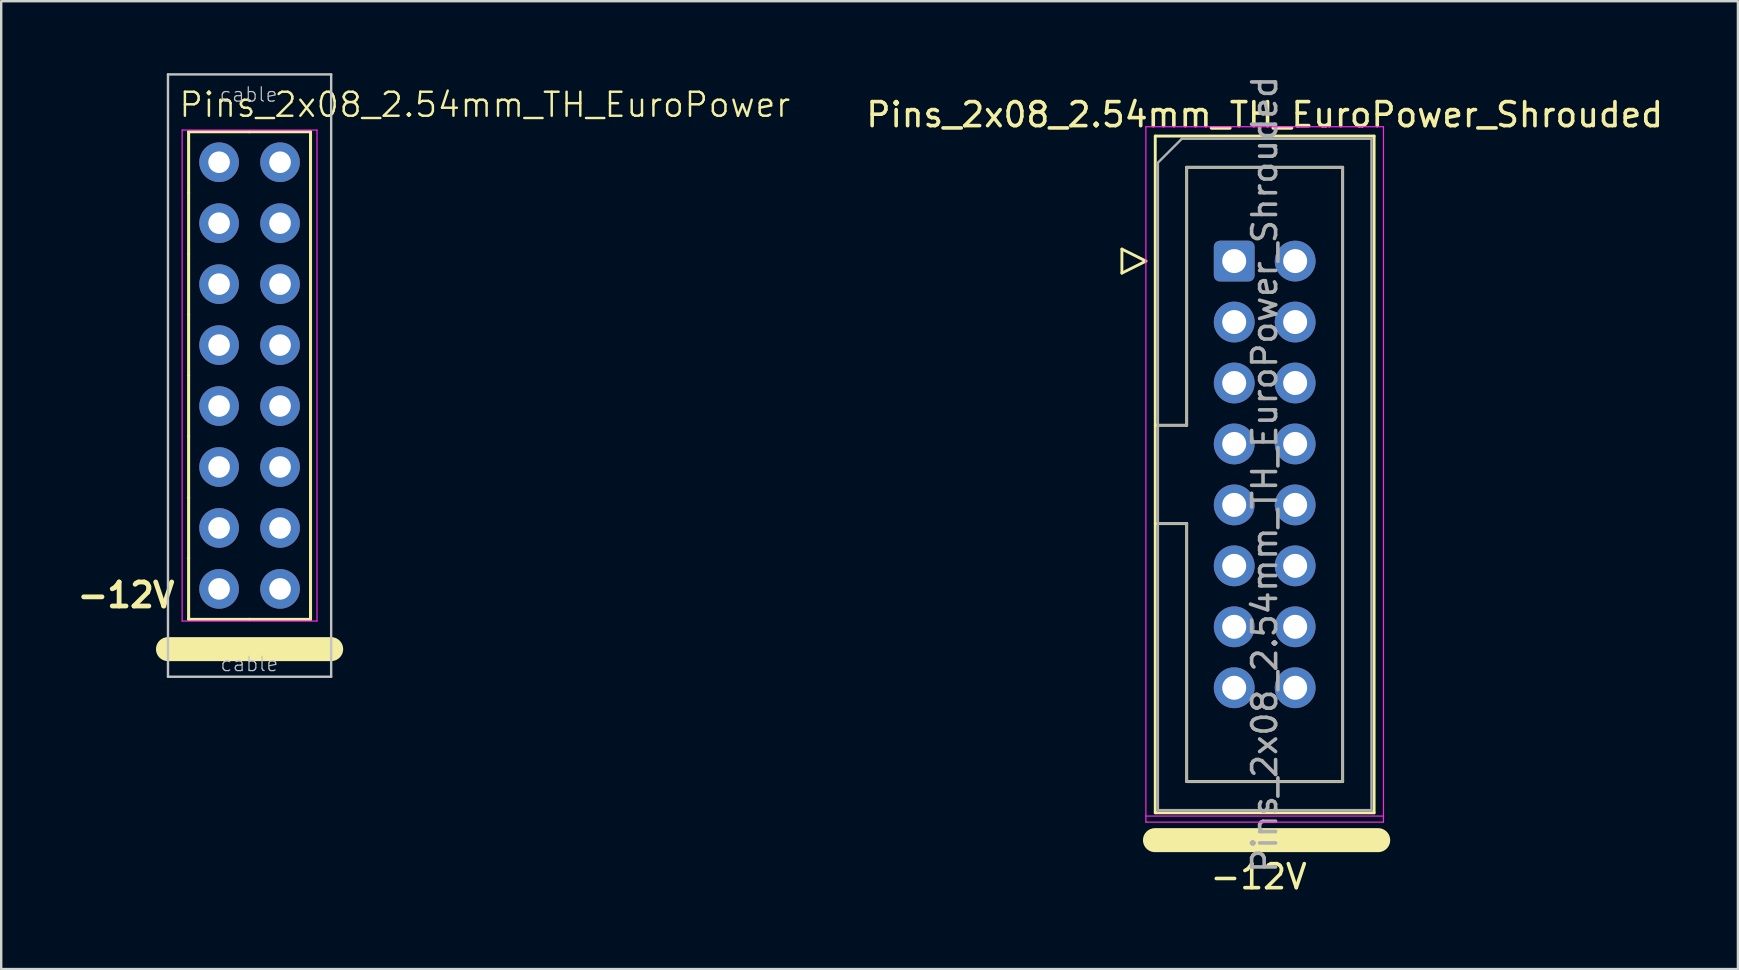
<source format=kicad_pcb>
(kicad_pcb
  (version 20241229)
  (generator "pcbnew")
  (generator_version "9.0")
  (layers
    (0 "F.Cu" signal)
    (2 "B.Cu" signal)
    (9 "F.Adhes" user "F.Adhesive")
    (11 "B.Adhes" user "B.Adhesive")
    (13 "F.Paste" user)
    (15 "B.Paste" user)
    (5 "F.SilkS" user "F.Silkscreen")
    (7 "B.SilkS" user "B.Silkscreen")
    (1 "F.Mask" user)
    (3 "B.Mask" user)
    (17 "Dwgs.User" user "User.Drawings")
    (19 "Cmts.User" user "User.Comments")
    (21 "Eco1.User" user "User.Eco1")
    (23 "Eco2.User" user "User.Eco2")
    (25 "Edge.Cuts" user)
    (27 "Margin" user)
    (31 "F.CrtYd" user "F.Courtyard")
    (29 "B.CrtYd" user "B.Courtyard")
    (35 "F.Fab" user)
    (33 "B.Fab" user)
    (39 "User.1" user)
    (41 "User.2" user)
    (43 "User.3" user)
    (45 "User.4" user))
  (footprint "Pins_2x08_2.54mm_TH_EuroPower_Shrouded"
    (layer "F.Cu")
    (at 49.651 16.72)
    (property "Reference" "Pins_2x08_2.54mm_TH_EuroPower_Shrouded" (at 0 -14.99 0) (layer "F.SilkS") (effects (font (size 1 1) (thickness 0.15))))
    (attr through_hole)
    (fp_line (start -5.95 -9.39) (end -5.95 -8.39) (stroke (width 0.12) (type solid)) (layer "F.SilkS"))
    (fp_line (start -5.95 -8.39) (end -4.95 -8.89) (stroke (width 0.12) (type solid)) (layer "F.SilkS"))
    (fp_line (start -4.95 -8.89) (end -5.95 -9.39) (stroke (width 0.12) (type solid)) (layer "F.SilkS"))
    (fp_line (start -4.572 15.24) (end 4.73 15.24) (stroke (width 1) (type solid)) (layer "F.SilkS"))
    (fp_line (start -4.56 -14.1) (end 4.56 -14.1) (stroke (width 0.12) (type solid)) (layer "F.SilkS"))
    (fp_line (start -4.56 -2.05) (end -3.25 -2.05) (stroke (width 0.12) (type solid)) (layer "F.SilkS"))
    (fp_line (start -4.56 14.1) (end -4.56 -14.1) (stroke (width 0.12) (type solid)) (layer "F.SilkS"))
    (fp_line (start -3.25 -12.8) (end 3.25 -12.8) (stroke (width 0.12) (type solid)) (layer "F.SilkS"))
    (fp_line (start -3.25 -2.05) (end -3.25 -12.8) (stroke (width 0.12) (type solid)) (layer "F.SilkS"))
    (fp_line (start -3.25 2.05) (end -4.56 2.05) (stroke (width 0.12) (type solid)) (layer "F.SilkS"))
    (fp_line (start -3.25 2.05) (end -3.25 2.05) (stroke (width 0.12) (type solid)) (layer "F.SilkS"))
    (fp_line (start -3.25 12.8) (end -3.25 2.05) (stroke (width 0.12) (type solid)) (layer "F.SilkS"))
    (fp_line (start 3.25 -12.8) (end 3.25 12.8) (stroke (width 0.12) (type solid)) (layer "F.SilkS"))
    (fp_line (start 3.25 12.8) (end -3.25 12.8) (stroke (width 0.12) (type solid)) (layer "F.SilkS"))
    (fp_line (start 4.56 -14.1) (end 4.56 14.1) (stroke (width 0.12) (type solid)) (layer "F.SilkS"))
    (fp_line (start 4.56 14.1) (end -4.56 14.1) (stroke (width 0.12) (type solid)) (layer "F.SilkS"))
    (fp_line (start -4.95 -14.49) (end -4.95 14.49) (stroke (width 0.05) (type solid)) (layer "F.CrtYd"))
    (fp_line (start -4.95 14.236) (end 4.95 14.236) (stroke (width 0.05) (type solid)) (layer "F.CrtYd"))
    (fp_line (start -4.95 14.49) (end 4.95 14.49) (stroke (width 0.05) (type solid)) (layer "F.CrtYd"))
    (fp_line (start 4.95 -14.49) (end -4.95 -14.49) (stroke (width 0.05) (type solid)) (layer "F.CrtYd"))
    (fp_line (start 4.95 14.49) (end 4.95 -14.49) (stroke (width 0.05) (type solid)) (layer "F.CrtYd"))
    (fp_line (start -4.45 -12.99) (end -3.45 -13.99) (stroke (width 0.1) (type solid)) (layer "F.Fab"))
    (fp_line (start -4.45 -2.05) (end -3.25 -2.05) (stroke (width 0.1) (type solid)) (layer "F.Fab"))
    (fp_line (start -4.45 13.99) (end -4.45 -12.99) (stroke (width 0.1) (type solid)) (layer "F.Fab"))
    (fp_line (start -3.45 -13.99) (end 4.45 -13.99) (stroke (width 0.1) (type solid)) (layer "F.Fab"))
    (fp_line (start -3.25 -12.8) (end 3.25 -12.8) (stroke (width 0.1) (type solid)) (layer "F.Fab"))
    (fp_line (start -3.25 -2.05) (end -3.25 -12.8) (stroke (width 0.1) (type solid)) (layer "F.Fab"))
    (fp_line (start -3.25 2.05) (end -4.45 2.05) (stroke (width 0.1) (type solid)) (layer "F.Fab"))
    (fp_line (start -3.25 2.05) (end -3.25 2.05) (stroke (width 0.1) (type solid)) (layer "F.Fab"))
    (fp_line (start -3.25 12.8) (end -3.25 2.05) (stroke (width 0.1) (type solid)) (layer "F.Fab"))
    (fp_line (start 3.25 -12.8) (end 3.25 12.8) (stroke (width 0.1) (type solid)) (layer "F.Fab"))
    (fp_line (start 3.25 12.8) (end -3.25 12.8) (stroke (width 0.1) (type solid)) (layer "F.Fab"))
    (fp_line (start 4.45 -13.99) (end 4.45 13.99) (stroke (width 0.1) (type solid)) (layer "F.Fab"))
    (fp_line (start 4.45 13.99) (end -4.45 13.99) (stroke (width 0.1) (type solid)) (layer "F.Fab"))
    (fp_text user "-12V" (at -0.254 16.764 0) (unlocked yes) (layer "F.SilkS") (effects (font (size 1 1) (thickness 0.15))))
    (fp_text user "${REFERENCE}" (at 0 0 90) (layer "F.Fab") (effects (font (size 1 1) (thickness 0.15))))
    (pad "1" thru_hole roundrect (at -1.27 -8.89) (size 1.7 1.7) (drill 1) (layers "*.Cu" "*.Mask") (roundrect_rratio 0.147))
    (pad "2" thru_hole circle (at 1.27 -8.89) (size 1.7 1.7) (drill 1) (layers "*.Cu" "*.Mask"))
    (pad "3" thru_hole circle (at -1.27 -6.35) (size 1.7 1.7) (drill 1) (layers "*.Cu" "*.Mask"))
    (pad "4" thru_hole circle (at 1.27 -6.35) (size 1.7 1.7) (drill 1) (layers "*.Cu" "*.Mask"))
    (pad "5" thru_hole circle (at -1.27 -3.81) (size 1.7 1.7) (drill 1) (layers "*.Cu" "*.Mask"))
    (pad "6" thru_hole circle (at 1.27 -3.81) (size 1.7 1.7) (drill 1) (layers "*.Cu" "*.Mask"))
    (pad "7" thru_hole circle (at -1.27 -1.27) (size 1.7 1.7) (drill 1) (layers "*.Cu" "*.Mask"))
    (pad "8" thru_hole circle (at 1.27 -1.27) (size 1.7 1.7) (drill 1) (layers "*.Cu" "*.Mask"))
    (pad "9" thru_hole circle (at -1.27 1.27) (size 1.7 1.7) (drill 1) (layers "*.Cu" "*.Mask"))
    (pad "10" thru_hole circle (at 1.27 1.27) (size 1.7 1.7) (drill 1) (layers "*.Cu" "*.Mask"))
    (pad "11" thru_hole circle (at -1.27 3.81) (size 1.7 1.7) (drill 1) (layers "*.Cu" "*.Mask"))
    (pad "12" thru_hole circle (at 1.27 3.81) (size 1.7 1.7) (drill 1) (layers "*.Cu" "*.Mask"))
    (pad "13" thru_hole circle (at -1.27 6.35) (size 1.7 1.7) (drill 1) (layers "*.Cu" "*.Mask"))
    (pad "14" thru_hole circle (at 1.27 6.35) (size 1.7 1.7) (drill 1) (layers "*.Cu" "*.Mask"))
    (pad "15" thru_hole circle (at -1.27 8.89) (size 1.7 1.7) (drill 1) (layers "*.Cu" "*.Mask"))
    (pad "16" thru_hole circle (at 1.27 8.89) (size 1.7 1.7) (drill 1) (layers "*.Cu" "*.Mask")))
  (footprint "Pins_2x08_2.54mm_TH_EuroPower"
    (layer "F.Cu")
    (at 7.35 12.6)
    (property "Reference" "Pins_2x08_2.54mm_TH_EuroPower" (at -3 -10.7 0) (layer "F.SilkS") (effects (font (size 1 1) (thickness 0.102)) (justify left bottom)))
    (attr through_hole)
    (fp_line (start -3.4 11.4) (end 3.4 11.4) (stroke (width 1) (type solid)) (layer "F.SilkS"))
    (fp_line (start -2.54 -10.16) (end -2.54 -7.62) (stroke (width 0.127) (type solid)) (layer "F.SilkS"))
    (fp_line (start -2.54 -7.62) (end -2.54 -5.08) (stroke (width 0.127) (type solid)) (layer "F.SilkS"))
    (fp_line (start -2.54 -5.08) (end -2.54 -2.54) (stroke (width 0.127) (type solid)) (layer "F.SilkS"))
    (fp_line (start -2.54 -2.54) (end -2.54 0) (stroke (width 0.127) (type solid)) (layer "F.SilkS"))
    (fp_line (start -2.54 0) (end -2.54 2.54) (stroke (width 0.127) (type solid)) (layer "F.SilkS"))
    (fp_line (start -2.54 2.54) (end -2.54 5.08) (stroke (width 0.127) (type solid)) (layer "F.SilkS"))
    (fp_line (start -2.54 5.08) (end -2.54 7.62) (stroke (width 0.127) (type solid)) (layer "F.SilkS"))
    (fp_line (start -2.54 7.62) (end -2.54 10.16) (stroke (width 0.127) (type solid)) (layer "F.SilkS"))
    (fp_line (start 0 -10.16) (end -2.54 -10.16) (stroke (width 0.127) (type solid)) (layer "F.SilkS"))
    (fp_line (start 0 10.16) (end -2.54 10.16) (stroke (width 0.127) (type solid)) (layer "F.SilkS"))
    (fp_line (start 2.54 -10.16) (end 0 -10.16) (stroke (width 0.127) (type solid)) (layer "F.SilkS"))
    (fp_line (start 2.54 -7.62) (end 2.54 -10.16) (stroke (width 0.127) (type solid)) (layer "F.SilkS"))
    (fp_line (start 2.54 -5.08) (end 2.54 -7.62) (stroke (width 0.127) (type solid)) (layer "F.SilkS"))
    (fp_line (start 2.54 -2.54) (end 2.54 -5.08) (stroke (width 0.127) (type solid)) (layer "F.SilkS"))
    (fp_line (start 2.54 0) (end 2.54 -2.54) (stroke (width 0.127) (type solid)) (layer "F.SilkS"))
    (fp_line (start 2.54 2.54) (end 2.54 0) (stroke (width 0.127) (type solid)) (layer "F.SilkS"))
    (fp_line (start 2.54 5.08) (end 2.54 2.54) (stroke (width 0.127) (type solid)) (layer "F.SilkS"))
    (fp_line (start 2.54 7.62) (end 2.54 5.08) (stroke (width 0.127) (type solid)) (layer "F.SilkS"))
    (fp_line (start 2.54 10.16) (end 0 10.16) (stroke (width 0.127) (type solid)) (layer "F.SilkS"))
    (fp_line (start 2.54 10.16) (end 2.54 7.62) (stroke (width 0.127) (type solid)) (layer "F.SilkS"))
    (fp_line (start -3.4 -12.55) (end -3.4 12.55) (stroke (width 0.1) (type solid)) (layer "Dwgs.User"))
    (fp_line (start 3.4 -12.55) (end -3.4 -12.55) (stroke (width 0.1) (type solid)) (layer "Dwgs.User"))
    (fp_line (start 3.4 -12.55) (end 3.4 12.55) (stroke (width 0.1) (type solid)) (layer "Dwgs.User"))
    (fp_line (start 3.4 12.55) (end -3.4 12.55) (stroke (width 0.1) (type solid)) (layer "Dwgs.User"))
    (fp_line (start -2.81 -10.23) (end -2.81 10.23) (stroke (width 0.05) (type solid)) (layer "F.CrtYd"))
    (fp_line (start -2.81 -10.23) (end 2.81 -10.23) (stroke (width 0.05) (type solid)) (layer "F.CrtYd"))
    (fp_line (start -2.81 10.23) (end 2.81 10.23) (stroke (width 0.05) (type solid)) (layer "F.CrtYd"))
    (fp_line (start 2.81 -10.23) (end 2.81 10.23) (stroke (width 0.05) (type solid)) (layer "F.CrtYd"))
    (fp_text user "-12V" (at -5.15 9.15 0) (layer "F.SilkS") (effects (font (size 1 1) (thickness 0.2))))
    (fp_text user "cable" (at -0.04 -11.71 0) (layer "Dwgs.User") (effects (font (size 0.6 0.6) (thickness 0.05))))
    (fp_text user "cable" (at -0.01 12.02 0) (layer "Dwgs.User") (effects (font (size 0.6 0.6) (thickness 0.05))))
    (pad "1" thru_hole circle (at -1.27 -8.89) (size 1.651 1.651) (drill 0.9) (layers "*.Cu" "*.Mask"))
    (pad "2" thru_hole circle (at 1.27 -8.89) (size 1.651 1.651) (drill 0.9) (layers "*.Cu" "*.Mask"))
    (pad "3" thru_hole circle (at -1.27 -6.35) (size 1.651 1.651) (drill 0.9) (layers "*.Cu" "*.Mask"))
    (pad "4" thru_hole circle (at 1.27 -6.35) (size 1.651 1.651) (drill 0.9) (layers "*.Cu" "*.Mask"))
    (pad "5" thru_hole circle (at -1.27 -3.81) (size 1.651 1.651) (drill 0.9) (layers "*.Cu" "*.Mask"))
    (pad "6" thru_hole circle (at 1.27 -3.81) (size 1.651 1.651) (drill 0.9) (layers "*.Cu" "*.Mask"))
    (pad "7" thru_hole circle (at -1.27 -1.27) (size 1.651 1.651) (drill 0.9) (layers "*.Cu" "*.Mask"))
    (pad "8" thru_hole circle (at 1.27 -1.27) (size 1.651 1.651) (drill 0.9) (layers "*.Cu" "*.Mask"))
    (pad "9" thru_hole circle (at -1.27 1.27) (size 1.651 1.651) (drill 0.9) (layers "*.Cu" "*.Mask"))
    (pad "10" thru_hole circle (at 1.27 1.27) (size 1.651 1.651) (drill 0.9) (layers "*.Cu" "*.Mask"))
    (pad "11" thru_hole circle (at -1.27 3.81) (size 1.651 1.651) (drill 0.9) (layers "*.Cu" "*.Mask"))
    (pad "12" thru_hole circle (at 1.27 3.81) (size 1.651 1.651) (drill 0.9) (layers "*.Cu" "*.Mask"))
    (pad "13" thru_hole circle (at -1.27 6.35) (size 1.651 1.651) (drill 0.9) (layers "*.Cu" "*.Mask"))
    (pad "14" thru_hole circle (at 1.27 6.35) (size 1.651 1.651) (drill 0.9) (layers "*.Cu" "*.Mask"))
    (pad "15" thru_hole circle (at -1.27 8.89) (size 1.651 1.651) (drill 0.9) (layers "*.Cu" "*.Mask"))
    (pad "16" thru_hole circle (at 1.27 8.89) (size 1.651 1.651) (drill 0.9) (layers "*.Cu" "*.Mask")))
  (gr_rect
    (start -3 -3)
    (end 69.371 37.332)
    (stroke (width 0.1) (type default))
    (fill no)
    (layer "Edge.Cuts")))
</source>
